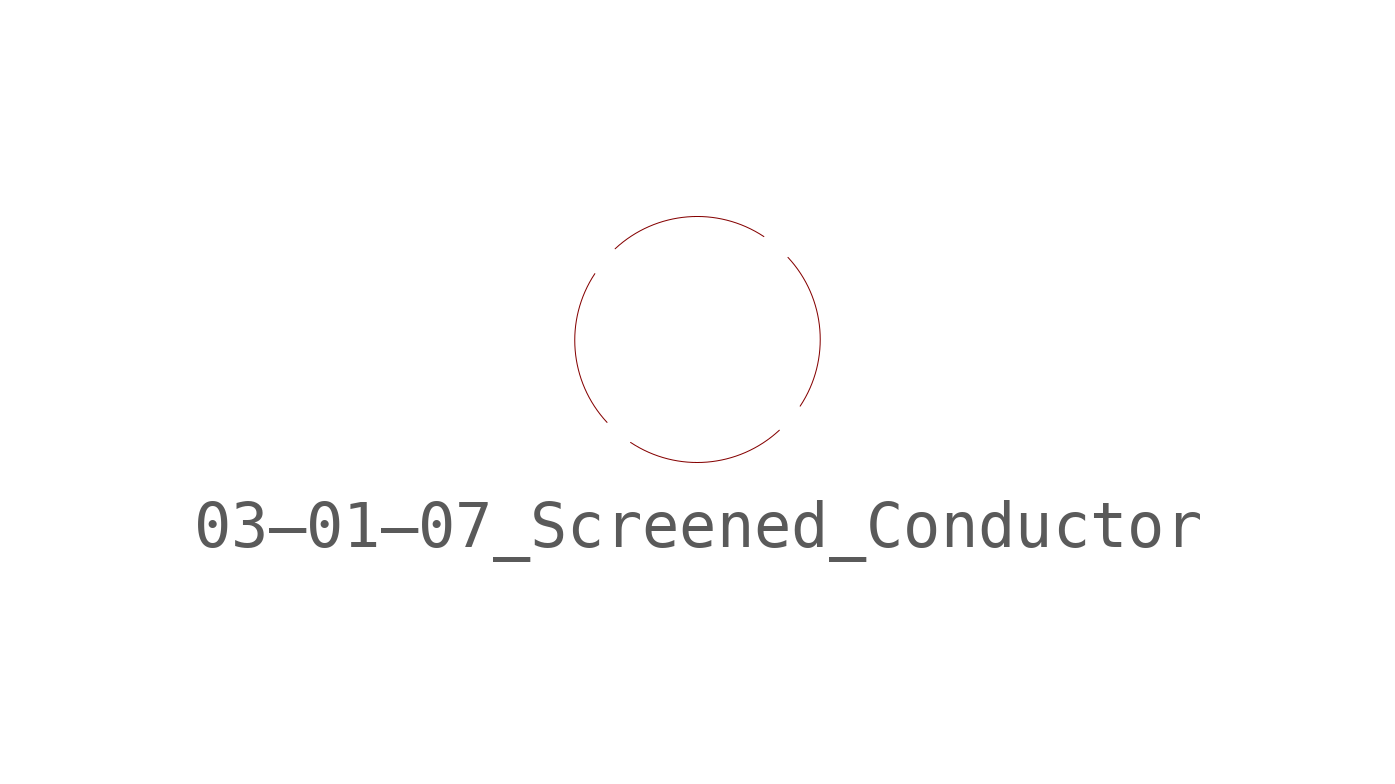
<source format=kicad_sym>
(kicad_symbol_lib
  (version 20201005)
  (generator kicad_symbol_editor)
  (symbol "Symbol_IEC_60617-3:03–01–07_Screened_Conductor"
    (pin_numbers hide)
    (pin_names
      (offset 0) hide)
    (property "Reference" "#SYM"
      (at 0 7.62 0)
      (effects (font (size 1.27 1.27)) hide))
    (symbol "03–01–07_Screened_Conductor_0_1"
      (arc (start -2.1336 1.3716) (end -1.8796 -1.7272) (radius (at -0.0395 -0.0166) (length 2.5124) (angles 146.5 -137.1)) (stroke (width 0.0006)) (fill (type none)))
      (arc (start 1.3882 2.1449) (end -1.7106 1.8909) (radius (at 0 0.0508) (length 2.5124) (angles 56.5 132.9)) (stroke (width 0.0006)) (fill (type none)))
      (arc (start 2.1449 -1.3882) (end 1.8909 1.7106) (radius (at 0.0508 0) (length 2.5124) (angles -33.5 42.9)) (stroke (width 0.0006)) (fill (type none)))
      (arc (start -1.3882 -2.1449) (end 1.7106 -1.8909) (radius (at 0 -0.0508) (length 2.5124) (angles -123.5 -47.1)) (stroke (width 0.0006)) (fill (type none))))))
</source>
